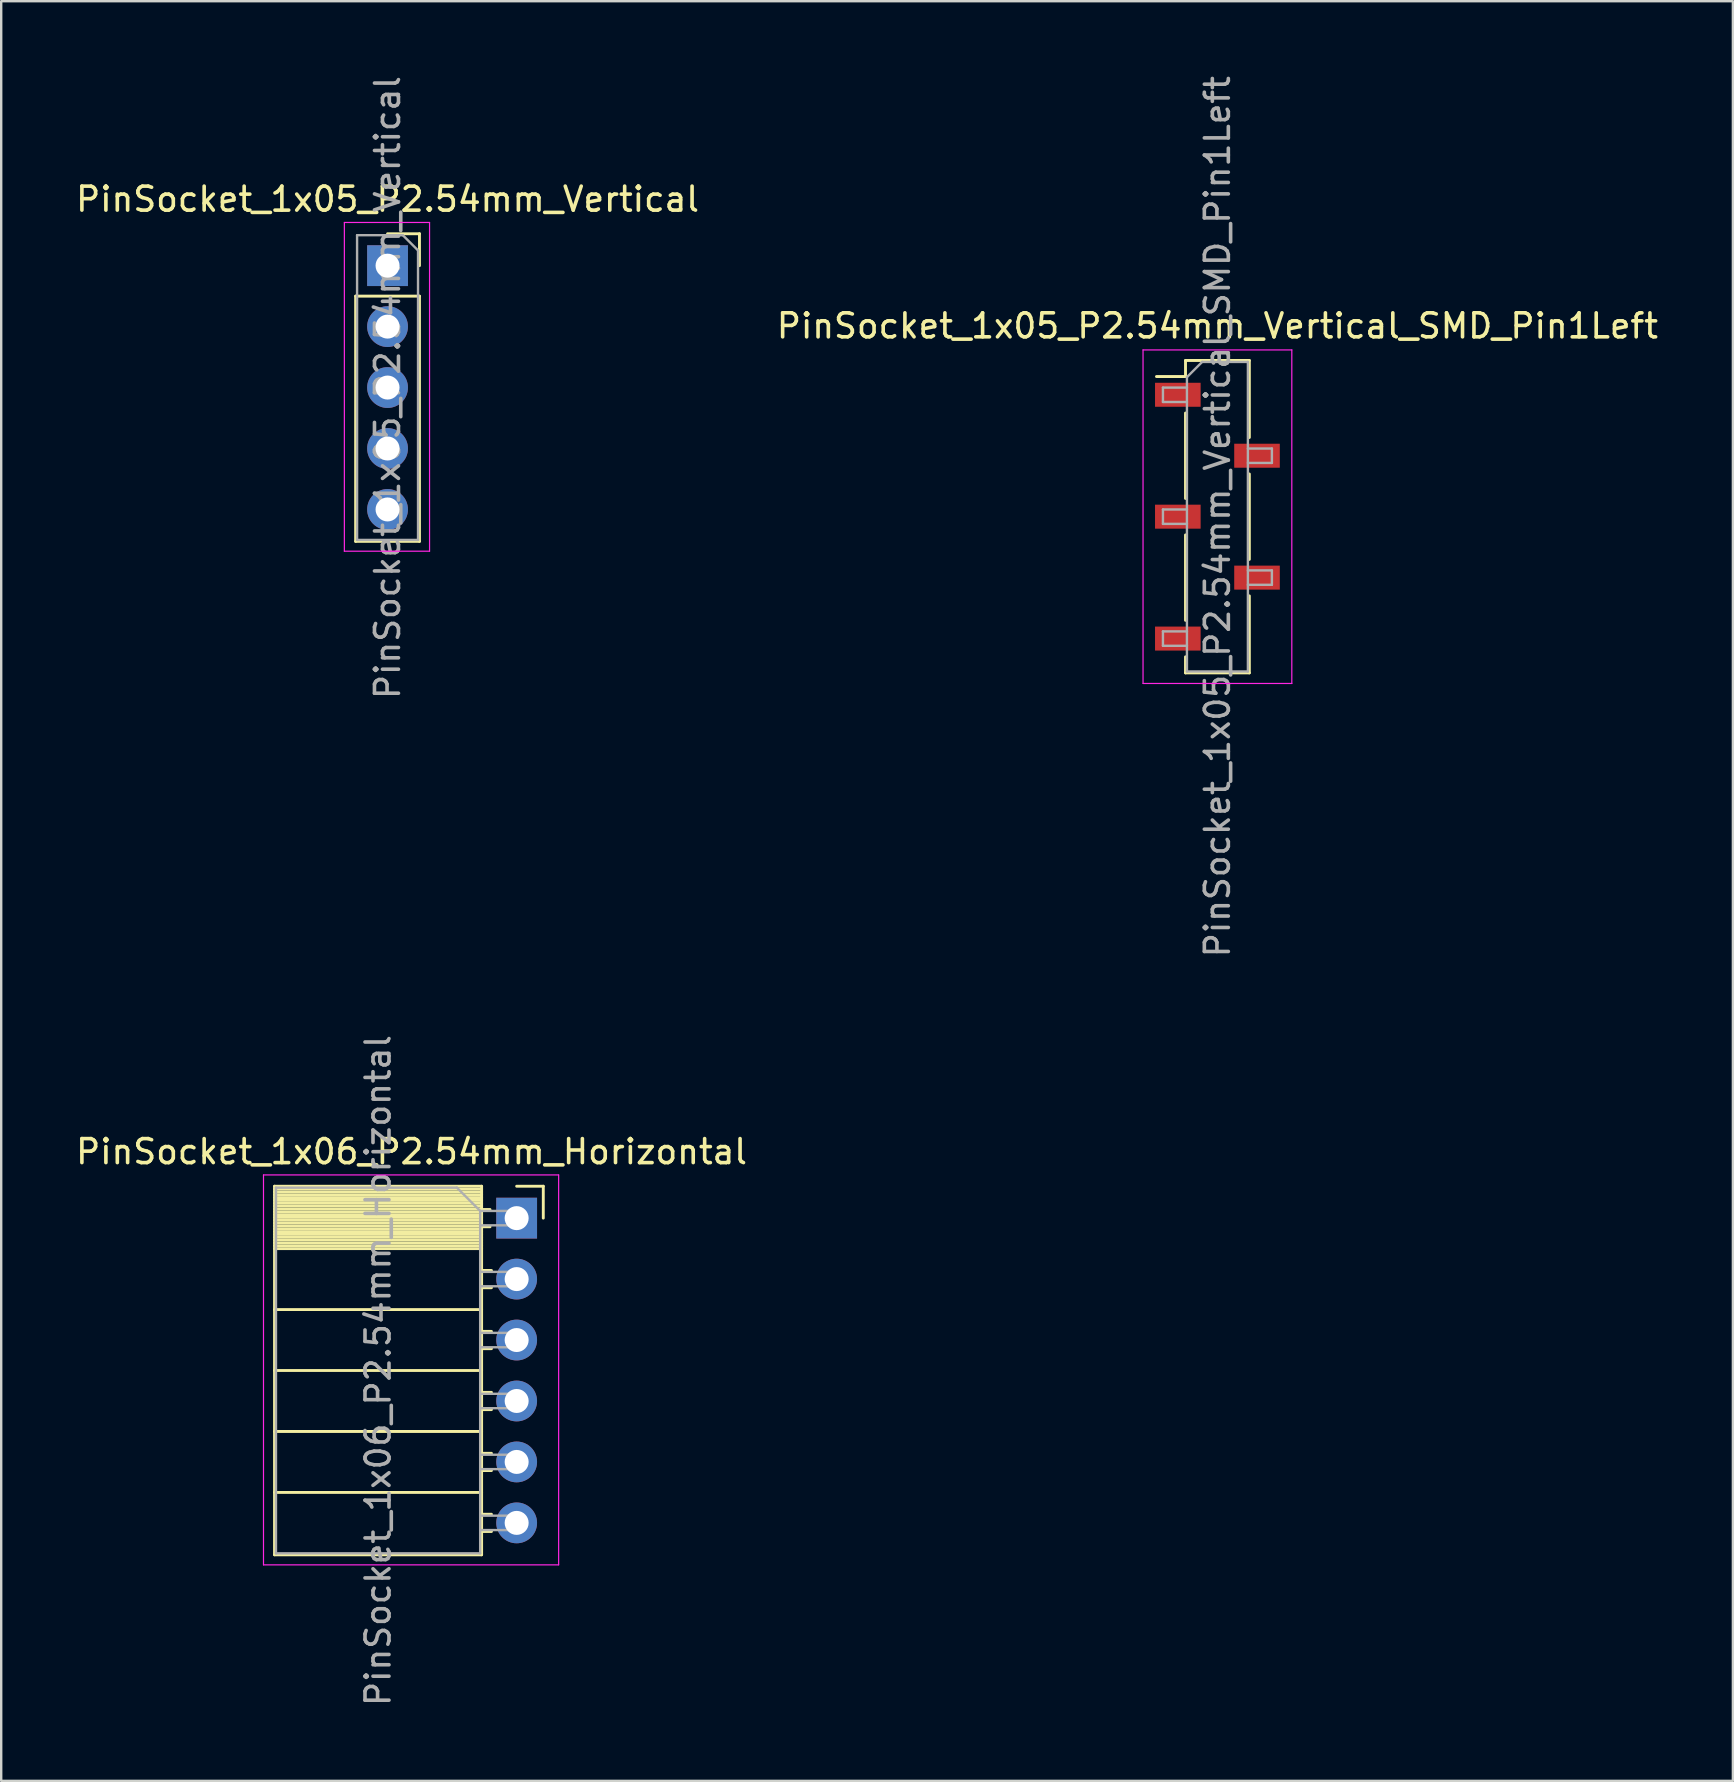
<source format=kicad_pcb>
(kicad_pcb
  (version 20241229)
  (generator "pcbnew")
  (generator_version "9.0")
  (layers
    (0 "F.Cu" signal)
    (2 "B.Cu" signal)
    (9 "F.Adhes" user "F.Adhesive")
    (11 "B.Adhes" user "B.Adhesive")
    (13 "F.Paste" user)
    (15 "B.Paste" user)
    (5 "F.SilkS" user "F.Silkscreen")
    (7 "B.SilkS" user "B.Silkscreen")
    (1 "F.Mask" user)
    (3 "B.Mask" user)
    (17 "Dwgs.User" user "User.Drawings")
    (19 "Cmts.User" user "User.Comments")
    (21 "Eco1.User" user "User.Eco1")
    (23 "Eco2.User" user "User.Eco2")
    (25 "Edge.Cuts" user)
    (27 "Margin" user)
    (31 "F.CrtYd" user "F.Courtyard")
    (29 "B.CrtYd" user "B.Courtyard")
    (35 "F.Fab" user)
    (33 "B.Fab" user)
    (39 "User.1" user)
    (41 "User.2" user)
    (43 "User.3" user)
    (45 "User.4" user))
  (footprint "PinSocket_1x05_P2.54mm_Vertical_SMD_Pin1Left"
    (layer "F.Cu")
    (at 47.685 18.482)
    (property "Reference" "PinSocket_1x05_P2.54mm_Vertical_SMD_Pin1Left" (at 0 -7.95 0) (layer "F.SilkS") (effects (font (size 1 1) (thickness 0.15))))
    (attr smd)
    (fp_line (start -2.54 -5.84) (end -1.33 -5.84) (stroke (width 0.12) (type solid)) (layer "F.SilkS"))
    (fp_line (start -1.33 -6.51) (end -1.33 -5.84) (stroke (width 0.12) (type solid)) (layer "F.SilkS"))
    (fp_line (start -1.33 -6.51) (end 1.33 -6.51) (stroke (width 0.12) (type solid)) (layer "F.SilkS"))
    (fp_line (start -1.33 -4.32) (end -1.33 -0.76) (stroke (width 0.12) (type solid)) (layer "F.SilkS"))
    (fp_line (start -1.33 0.76) (end -1.33 4.32) (stroke (width 0.12) (type solid)) (layer "F.SilkS"))
    (fp_line (start -1.33 5.84) (end -1.33 6.51) (stroke (width 0.12) (type solid)) (layer "F.SilkS"))
    (fp_line (start -1.33 6.51) (end 1.33 6.51) (stroke (width 0.12) (type solid)) (layer "F.SilkS"))
    (fp_line (start 1.33 -6.51) (end 1.33 -3.3) (stroke (width 0.12) (type solid)) (layer "F.SilkS"))
    (fp_line (start 1.33 -1.78) (end 1.33 1.78) (stroke (width 0.12) (type solid)) (layer "F.SilkS"))
    (fp_line (start 1.33 3.3) (end 1.33 6.51) (stroke (width 0.12) (type solid)) (layer "F.SilkS"))
    (fp_line (start -3.1 -6.95) (end 3.1 -6.95) (stroke (width 0.05) (type solid)) (layer "F.CrtYd"))
    (fp_line (start -3.1 6.95) (end -3.1 -6.95) (stroke (width 0.05) (type solid)) (layer "F.CrtYd"))
    (fp_line (start 3.1 -6.95) (end 3.1 6.95) (stroke (width 0.05) (type solid)) (layer "F.CrtYd"))
    (fp_line (start 3.1 6.95) (end -3.1 6.95) (stroke (width 0.05) (type solid)) (layer "F.CrtYd"))
    (fp_line (start -2.27 -5.38) (end -1.27 -5.38) (stroke (width 0.1) (type solid)) (layer "F.Fab"))
    (fp_line (start -2.27 -4.78) (end -2.27 -5.38) (stroke (width 0.1) (type solid)) (layer "F.Fab"))
    (fp_line (start -2.27 -0.3) (end -1.27 -0.3) (stroke (width 0.1) (type solid)) (layer "F.Fab"))
    (fp_line (start -2.27 0.3) (end -2.27 -0.3) (stroke (width 0.1) (type solid)) (layer "F.Fab"))
    (fp_line (start -2.27 4.78) (end -1.27 4.78) (stroke (width 0.1) (type solid)) (layer "F.Fab"))
    (fp_line (start -2.27 5.38) (end -2.27 4.78) (stroke (width 0.1) (type solid)) (layer "F.Fab"))
    (fp_line (start -1.27 -5.815) (end -0.635 -6.45) (stroke (width 0.1) (type solid)) (layer "F.Fab"))
    (fp_line (start -1.27 -4.78) (end -2.27 -4.78) (stroke (width 0.1) (type solid)) (layer "F.Fab"))
    (fp_line (start -1.27 0.3) (end -2.27 0.3) (stroke (width 0.1) (type solid)) (layer "F.Fab"))
    (fp_line (start -1.27 5.38) (end -2.27 5.38) (stroke (width 0.1) (type solid)) (layer "F.Fab"))
    (fp_line (start -1.27 6.45) (end -1.27 -5.815) (stroke (width 0.1) (type solid)) (layer "F.Fab"))
    (fp_line (start -0.635 -6.45) (end 1.27 -6.45) (stroke (width 0.1) (type solid)) (layer "F.Fab"))
    (fp_line (start 1.27 -6.45) (end 1.27 6.45) (stroke (width 0.1) (type solid)) (layer "F.Fab"))
    (fp_line (start 1.27 -2.84) (end 2.27 -2.84) (stroke (width 0.1) (type solid)) (layer "F.Fab"))
    (fp_line (start 1.27 2.24) (end 2.27 2.24) (stroke (width 0.1) (type solid)) (layer "F.Fab"))
    (fp_line (start 1.27 6.45) (end -1.27 6.45) (stroke (width 0.1) (type solid)) (layer "F.Fab"))
    (fp_line (start 2.27 -2.84) (end 2.27 -2.24) (stroke (width 0.1) (type solid)) (layer "F.Fab"))
    (fp_line (start 2.27 -2.24) (end 1.27 -2.24) (stroke (width 0.1) (type solid)) (layer "F.Fab"))
    (fp_line (start 2.27 2.24) (end 2.27 2.84) (stroke (width 0.1) (type solid)) (layer "F.Fab"))
    (fp_line (start 2.27 2.84) (end 1.27 2.84) (stroke (width 0.1) (type solid)) (layer "F.Fab"))
    (fp_text user "${REFERENCE}" (at 0 0 90) (layer "F.Fab") (effects (font (size 1 1) (thickness 0.15))))
    (pad "1" smd rect (at -1.65 -5.08) (size 1.9 1) (layers "F.Cu" "F.Mask" "F.Paste"))
    (pad "2" smd rect (at 1.65 -2.54) (size 1.9 1) (layers "F.Cu" "F.Mask" "F.Paste"))
    (pad "3" smd rect (at -1.65 0) (size 1.9 1) (layers "F.Cu" "F.Mask" "F.Paste"))
    (pad "4" smd rect (at 1.65 2.54) (size 1.9 1) (layers "F.Cu" "F.Mask" "F.Paste"))
    (pad "5" smd rect (at -1.65 5.08) (size 1.9 1) (layers "F.Cu" "F.Mask" "F.Paste")))
  (footprint "PinSocket_1x05_P2.54mm_Vertical"
    (layer "F.Cu")
    (at 13.101 8.021)
    (property "Reference" "PinSocket_1x05_P2.54mm_Vertical" (at 0 -2.77 0) (layer "F.SilkS") (effects (font (size 1 1) (thickness 0.15))))
    (attr through_hole)
    (fp_line (start -1.33 1.27) (end -1.33 11.49) (stroke (width 0.12) (type solid)) (layer "F.SilkS"))
    (fp_line (start -1.33 1.27) (end 1.33 1.27) (stroke (width 0.12) (type solid)) (layer "F.SilkS"))
    (fp_line (start -1.33 11.49) (end 1.33 11.49) (stroke (width 0.12) (type solid)) (layer "F.SilkS"))
    (fp_line (start 0 -1.33) (end 1.33 -1.33) (stroke (width 0.12) (type solid)) (layer "F.SilkS"))
    (fp_line (start 1.33 -1.33) (end 1.33 0) (stroke (width 0.12) (type solid)) (layer "F.SilkS"))
    (fp_line (start 1.33 1.27) (end 1.33 11.49) (stroke (width 0.12) (type solid)) (layer "F.SilkS"))
    (fp_line (start -1.8 -1.8) (end 1.75 -1.8) (stroke (width 0.05) (type solid)) (layer "F.CrtYd"))
    (fp_line (start -1.8 11.9) (end -1.8 -1.8) (stroke (width 0.05) (type solid)) (layer "F.CrtYd"))
    (fp_line (start 1.75 -1.8) (end 1.75 11.9) (stroke (width 0.05) (type solid)) (layer "F.CrtYd"))
    (fp_line (start 1.75 11.9) (end -1.8 11.9) (stroke (width 0.05) (type solid)) (layer "F.CrtYd"))
    (fp_line (start -1.27 -1.27) (end 0.635 -1.27) (stroke (width 0.1) (type solid)) (layer "F.Fab"))
    (fp_line (start -1.27 11.43) (end -1.27 -1.27) (stroke (width 0.1) (type solid)) (layer "F.Fab"))
    (fp_line (start 0.635 -1.27) (end 1.27 -0.635) (stroke (width 0.1) (type solid)) (layer "F.Fab"))
    (fp_line (start 1.27 -0.635) (end 1.27 11.43) (stroke (width 0.1) (type solid)) (layer "F.Fab"))
    (fp_line (start 1.27 11.43) (end -1.27 11.43) (stroke (width 0.1) (type solid)) (layer "F.Fab"))
    (fp_text user "${REFERENCE}" (at 0 5.08 90) (layer "F.Fab") (effects (font (size 1 1) (thickness 0.15))))
    (pad "1" thru_hole rect (at 0 0) (size 1.7 1.7) (drill 1) (layers "*.Cu" "*.Mask"))
    (pad "2" thru_hole oval (at 0 2.54) (size 1.7 1.7) (drill 1) (layers "*.Cu" "*.Mask"))
    (pad "3" thru_hole oval (at 0 5.08) (size 1.7 1.7) (drill 1) (layers "*.Cu" "*.Mask"))
    (pad "4" thru_hole oval (at 0 7.62) (size 1.7 1.7) (drill 1) (layers "*.Cu" "*.Mask"))
    (pad "5" thru_hole oval (at 0 10.16) (size 1.7 1.7) (drill 1) (layers "*.Cu" "*.Mask")))
  (footprint "PinSocket_1x06_P2.54mm_Horizontal"
    (layer "F.Cu")
    (at 18.481 47.715)
    (property "Reference" "PinSocket_1x06_P2.54mm_Horizontal" (at -4.38 -2.77 0) (layer "F.SilkS") (effects (font (size 1 1) (thickness 0.15))))
    (attr through_hole)
    (fp_line (start -10.09 -1.33) (end -10.09 14.03) (stroke (width 0.12) (type solid)) (layer "F.SilkS"))
    (fp_line (start -10.09 -1.33) (end -1.46 -1.33) (stroke (width 0.12) (type solid)) (layer "F.SilkS"))
    (fp_line (start -10.09 -1.21) (end -1.46 -1.21) (stroke (width 0.12) (type solid)) (layer "F.SilkS"))
    (fp_line (start -10.09 -1.092) (end -1.46 -1.092) (stroke (width 0.12) (type solid)) (layer "F.SilkS"))
    (fp_line (start -10.09 -0.974) (end -1.46 -0.974) (stroke (width 0.12) (type solid)) (layer "F.SilkS"))
    (fp_line (start -10.09 -0.856) (end -1.46 -0.856) (stroke (width 0.12) (type solid)) (layer "F.SilkS"))
    (fp_line (start -10.09 -0.738) (end -1.46 -0.738) (stroke (width 0.12) (type solid)) (layer "F.SilkS"))
    (fp_line (start -10.09 -0.62) (end -1.46 -0.62) (stroke (width 0.12) (type solid)) (layer "F.SilkS"))
    (fp_line (start -10.09 -0.501) (end -1.46 -0.501) (stroke (width 0.12) (type solid)) (layer "F.SilkS"))
    (fp_line (start -10.09 -0.383) (end -1.46 -0.383) (stroke (width 0.12) (type solid)) (layer "F.SilkS"))
    (fp_line (start -10.09 -0.265) (end -1.46 -0.265) (stroke (width 0.12) (type solid)) (layer "F.SilkS"))
    (fp_line (start -10.09 -0.147) (end -1.46 -0.147) (stroke (width 0.12) (type solid)) (layer "F.SilkS"))
    (fp_line (start -10.09 -0.029) (end -1.46 -0.029) (stroke (width 0.12) (type solid)) (layer "F.SilkS"))
    (fp_line (start -10.09 0.089) (end -1.46 0.089) (stroke (width 0.12) (type solid)) (layer "F.SilkS"))
    (fp_line (start -10.09 0.207) (end -1.46 0.207) (stroke (width 0.12) (type solid)) (layer "F.SilkS"))
    (fp_line (start -10.09 0.325) (end -1.46 0.325) (stroke (width 0.12) (type solid)) (layer "F.SilkS"))
    (fp_line (start -10.09 0.443) (end -1.46 0.443) (stroke (width 0.12) (type solid)) (layer "F.SilkS"))
    (fp_line (start -10.09 0.561) (end -1.46 0.561) (stroke (width 0.12) (type solid)) (layer "F.SilkS"))
    (fp_line (start -10.09 0.68) (end -1.46 0.68) (stroke (width 0.12) (type solid)) (layer "F.SilkS"))
    (fp_line (start -10.09 0.798) (end -1.46 0.798) (stroke (width 0.12) (type solid)) (layer "F.SilkS"))
    (fp_line (start -10.09 0.916) (end -1.46 0.916) (stroke (width 0.12) (type solid)) (layer "F.SilkS"))
    (fp_line (start -10.09 1.034) (end -1.46 1.034) (stroke (width 0.12) (type solid)) (layer "F.SilkS"))
    (fp_line (start -10.09 1.152) (end -1.46 1.152) (stroke (width 0.12) (type solid)) (layer "F.SilkS"))
    (fp_line (start -10.09 1.27) (end -1.46 1.27) (stroke (width 0.12) (type solid)) (layer "F.SilkS"))
    (fp_line (start -10.09 3.81) (end -1.46 3.81) (stroke (width 0.12) (type solid)) (layer "F.SilkS"))
    (fp_line (start -10.09 6.35) (end -1.46 6.35) (stroke (width 0.12) (type solid)) (layer "F.SilkS"))
    (fp_line (start -10.09 8.89) (end -1.46 8.89) (stroke (width 0.12) (type solid)) (layer "F.SilkS"))
    (fp_line (start -10.09 11.43) (end -1.46 11.43) (stroke (width 0.12) (type solid)) (layer "F.SilkS"))
    (fp_line (start -10.09 14.03) (end -1.46 14.03) (stroke (width 0.12) (type solid)) (layer "F.SilkS"))
    (fp_line (start -1.46 -1.33) (end -1.46 14.03) (stroke (width 0.12) (type solid)) (layer "F.SilkS"))
    (fp_line (start -1.46 -0.36) (end -1.11 -0.36) (stroke (width 0.12) (type solid)) (layer "F.SilkS"))
    (fp_line (start -1.46 0.36) (end -1.11 0.36) (stroke (width 0.12) (type solid)) (layer "F.SilkS"))
    (fp_line (start -1.46 2.18) (end -1.05 2.18) (stroke (width 0.12) (type solid)) (layer "F.SilkS"))
    (fp_line (start -1.46 2.9) (end -1.05 2.9) (stroke (width 0.12) (type solid)) (layer "F.SilkS"))
    (fp_line (start -1.46 4.72) (end -1.05 4.72) (stroke (width 0.12) (type solid)) (layer "F.SilkS"))
    (fp_line (start -1.46 5.44) (end -1.05 5.44) (stroke (width 0.12) (type solid)) (layer "F.SilkS"))
    (fp_line (start -1.46 7.26) (end -1.05 7.26) (stroke (width 0.12) (type solid)) (layer "F.SilkS"))
    (fp_line (start -1.46 7.98) (end -1.05 7.98) (stroke (width 0.12) (type solid)) (layer "F.SilkS"))
    (fp_line (start -1.46 9.8) (end -1.05 9.8) (stroke (width 0.12) (type solid)) (layer "F.SilkS"))
    (fp_line (start -1.46 10.52) (end -1.05 10.52) (stroke (width 0.12) (type solid)) (layer "F.SilkS"))
    (fp_line (start -1.46 12.34) (end -1.05 12.34) (stroke (width 0.12) (type solid)) (layer "F.SilkS"))
    (fp_line (start -1.46 13.06) (end -1.05 13.06) (stroke (width 0.12) (type solid)) (layer "F.SilkS"))
    (fp_line (start 0 -1.33) (end 1.11 -1.33) (stroke (width 0.12) (type solid)) (layer "F.SilkS"))
    (fp_line (start 1.11 -1.33) (end 1.11 0) (stroke (width 0.12) (type solid)) (layer "F.SilkS"))
    (fp_line (start -10.55 -1.8) (end -10.55 14.45) (stroke (width 0.05) (type solid)) (layer "F.CrtYd"))
    (fp_line (start -10.55 14.45) (end 1.75 14.45) (stroke (width 0.05) (type solid)) (layer "F.CrtYd"))
    (fp_line (start 1.75 -1.8) (end -10.55 -1.8) (stroke (width 0.05) (type solid)) (layer "F.CrtYd"))
    (fp_line (start 1.75 14.45) (end 1.75 -1.8) (stroke (width 0.05) (type solid)) (layer "F.CrtYd"))
    (fp_line (start -10.03 -1.27) (end -2.49 -1.27) (stroke (width 0.1) (type solid)) (layer "F.Fab"))
    (fp_line (start -10.03 13.97) (end -10.03 -1.27) (stroke (width 0.1) (type solid)) (layer "F.Fab"))
    (fp_line (start -2.49 -1.27) (end -1.52 -0.3) (stroke (width 0.1) (type solid)) (layer "F.Fab"))
    (fp_line (start -1.52 -0.3) (end -1.52 13.97) (stroke (width 0.1) (type solid)) (layer "F.Fab"))
    (fp_line (start -1.52 0.3) (end 0 0.3) (stroke (width 0.1) (type solid)) (layer "F.Fab"))
    (fp_line (start -1.52 2.84) (end 0 2.84) (stroke (width 0.1) (type solid)) (layer "F.Fab"))
    (fp_line (start -1.52 5.38) (end 0 5.38) (stroke (width 0.1) (type solid)) (layer "F.Fab"))
    (fp_line (start -1.52 7.92) (end 0 7.92) (stroke (width 0.1) (type solid)) (layer "F.Fab"))
    (fp_line (start -1.52 10.46) (end 0 10.46) (stroke (width 0.1) (type solid)) (layer "F.Fab"))
    (fp_line (start -1.52 13) (end 0 13) (stroke (width 0.1) (type solid)) (layer "F.Fab"))
    (fp_line (start -1.52 13.97) (end -10.03 13.97) (stroke (width 0.1) (type solid)) (layer "F.Fab"))
    (fp_line (start 0 -0.3) (end -1.52 -0.3) (stroke (width 0.1) (type solid)) (layer "F.Fab"))
    (fp_line (start 0 0.3) (end 0 -0.3) (stroke (width 0.1) (type solid)) (layer "F.Fab"))
    (fp_line (start 0 2.24) (end -1.52 2.24) (stroke (width 0.1) (type solid)) (layer "F.Fab"))
    (fp_line (start 0 2.84) (end 0 2.24) (stroke (width 0.1) (type solid)) (layer "F.Fab"))
    (fp_line (start 0 4.78) (end -1.52 4.78) (stroke (width 0.1) (type solid)) (layer "F.Fab"))
    (fp_line (start 0 5.38) (end 0 4.78) (stroke (width 0.1) (type solid)) (layer "F.Fab"))
    (fp_line (start 0 7.32) (end -1.52 7.32) (stroke (width 0.1) (type solid)) (layer "F.Fab"))
    (fp_line (start 0 7.92) (end 0 7.32) (stroke (width 0.1) (type solid)) (layer "F.Fab"))
    (fp_line (start 0 9.86) (end -1.52 9.86) (stroke (width 0.1) (type solid)) (layer "F.Fab"))
    (fp_line (start 0 10.46) (end 0 9.86) (stroke (width 0.1) (type solid)) (layer "F.Fab"))
    (fp_line (start 0 12.4) (end -1.52 12.4) (stroke (width 0.1) (type solid)) (layer "F.Fab"))
    (fp_line (start 0 13) (end 0 12.4) (stroke (width 0.1) (type solid)) (layer "F.Fab"))
    (fp_text user "${REFERENCE}" (at -5.775 6.35 90) (layer "F.Fab") (effects (font (size 1 1) (thickness 0.15))))
    (pad "1" thru_hole rect (at 0 0) (size 1.7 1.7) (drill 1) (layers "*.Cu" "*.Mask"))
    (pad "2" thru_hole oval (at 0 2.54) (size 1.7 1.7) (drill 1) (layers "*.Cu" "*.Mask"))
    (pad "3" thru_hole oval (at 0 5.08) (size 1.7 1.7) (drill 1) (layers "*.Cu" "*.Mask"))
    (pad "4" thru_hole oval (at 0 7.62) (size 1.7 1.7) (drill 1) (layers "*.Cu" "*.Mask"))
    (pad "5" thru_hole oval (at 0 10.16) (size 1.7 1.7) (drill 1) (layers "*.Cu" "*.Mask"))
    (pad "6" thru_hole oval (at 0 12.7) (size 1.7 1.7) (drill 1) (layers "*.Cu" "*.Mask")))
  (gr_rect
    (start -3 -3)
    (end 69.167 71.167)
    (stroke (width 0.1) (type default))
    (fill no)
    (layer "Edge.Cuts")))
</source>
